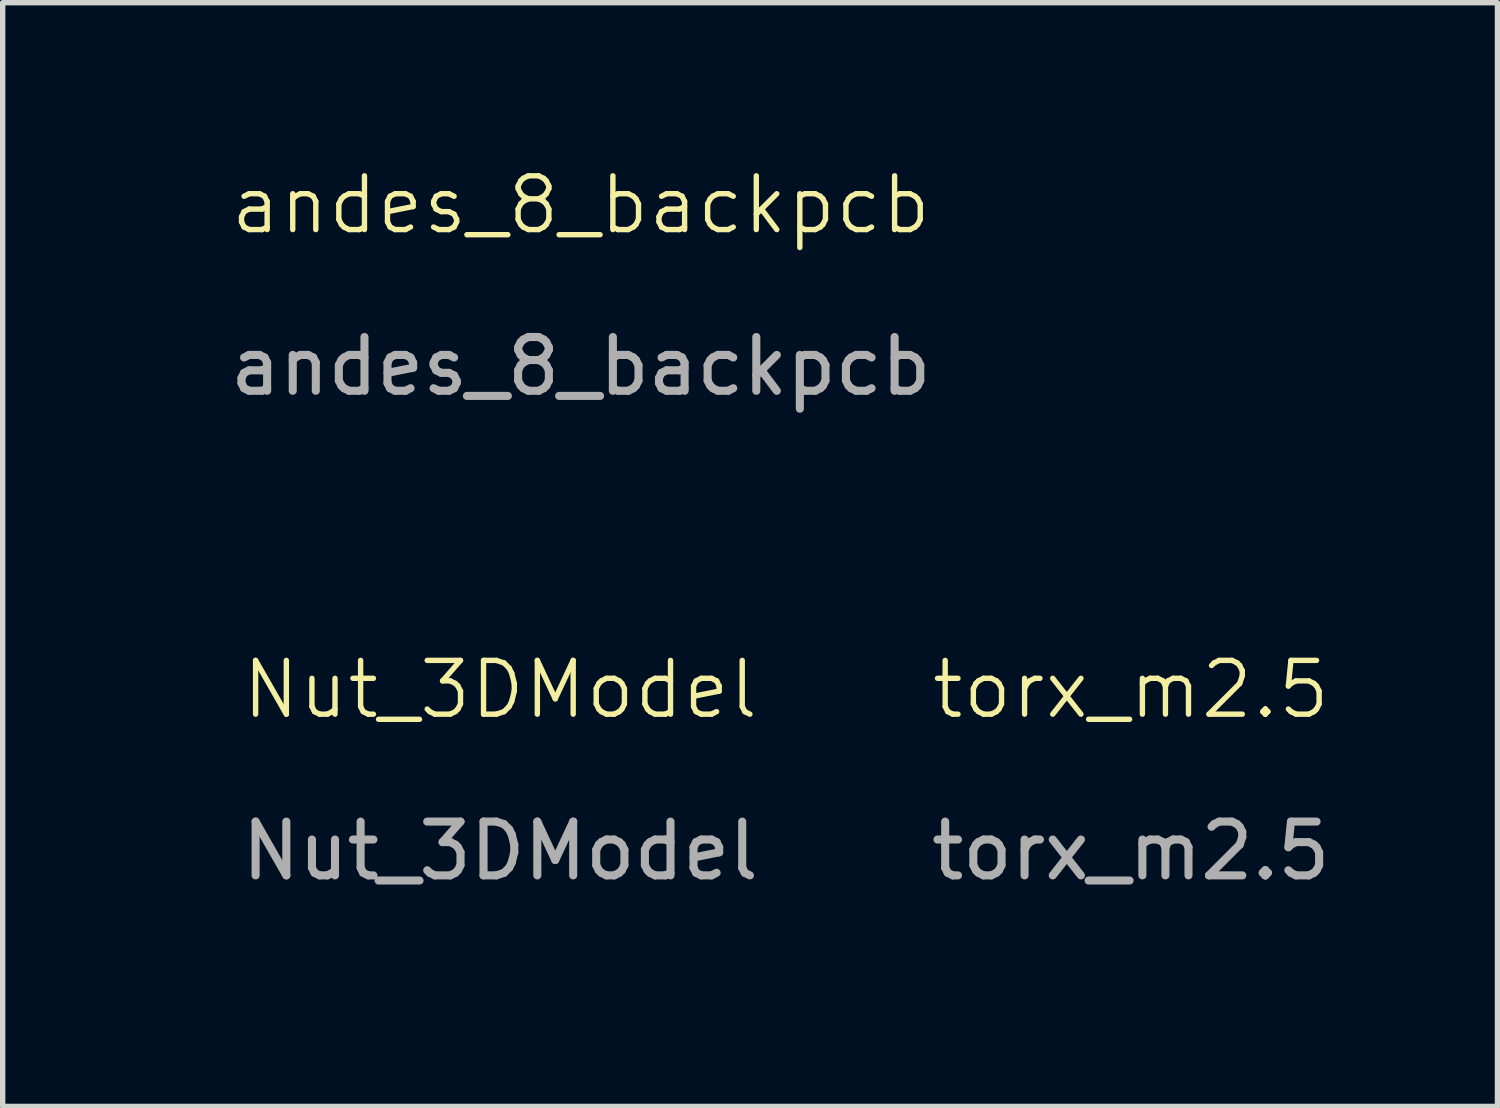
<source format=kicad_pcb>
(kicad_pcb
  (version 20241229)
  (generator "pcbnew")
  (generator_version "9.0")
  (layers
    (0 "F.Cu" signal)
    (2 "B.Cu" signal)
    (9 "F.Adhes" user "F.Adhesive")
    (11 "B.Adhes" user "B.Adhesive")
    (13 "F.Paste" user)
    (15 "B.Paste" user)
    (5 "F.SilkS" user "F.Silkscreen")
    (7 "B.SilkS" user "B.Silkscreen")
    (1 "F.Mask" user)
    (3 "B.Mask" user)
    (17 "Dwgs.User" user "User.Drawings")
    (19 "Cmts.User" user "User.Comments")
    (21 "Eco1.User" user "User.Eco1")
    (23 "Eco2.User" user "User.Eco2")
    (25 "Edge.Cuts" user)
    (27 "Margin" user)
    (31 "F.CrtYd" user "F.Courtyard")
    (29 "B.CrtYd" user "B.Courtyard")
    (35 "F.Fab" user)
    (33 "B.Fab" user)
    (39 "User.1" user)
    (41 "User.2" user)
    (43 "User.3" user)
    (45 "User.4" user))
  (footprint "Nut_3DModel"
    (layer "F.Cu")
    (at 0.25 14.271)
    (property "Reference" "Nut_3DModel" (at 6 -4.5 0) (unlocked yes) (layer "F.SilkS") (effects (font (size 1 1) (thickness 0.1))))
    (attr smd)
    (fp_text user "${REFERENCE}" (at 6 -1.5 0) (unlocked yes) (layer "F.Fab") (effects (font (size 1 1) (thickness 0.15)))))
  (footprint "andes_8_backpcb"
    (layer "F.Cu")
    (at 0.25 5.761)
    (property "Reference" "andes_8_backpcb" (at 7.5 -5 0) (unlocked yes) (layer "F.SilkS") (effects (font (size 1 1) (thickness 0.1))))
    (fp_text user "${REFERENCE}" (at 7.5 -2 0) (unlocked yes) (layer "F.Fab") (effects (font (size 1 1) (thickness 0.15)))))
  (footprint "torx_m2.5"
    (layer "F.Cu")
    (at 17.976 10.271)
    (property "Reference" "torx_m2.5" (at 0 -0.5 0) (unlocked yes) (layer "F.SilkS") (effects (font (size 1 1) (thickness 0.1))))
    (fp_text user "${REFERENCE}" (at 0 2.5 0) (unlocked yes) (layer "F.Fab") (effects (font (size 1 1) (thickness 0.15)))))
  (gr_rect
    (start -3 -3)
    (end 24.792 17.521)
    (stroke (width 0.1) (type default))
    (fill no)
    (layer "Edge.Cuts")))
</source>
